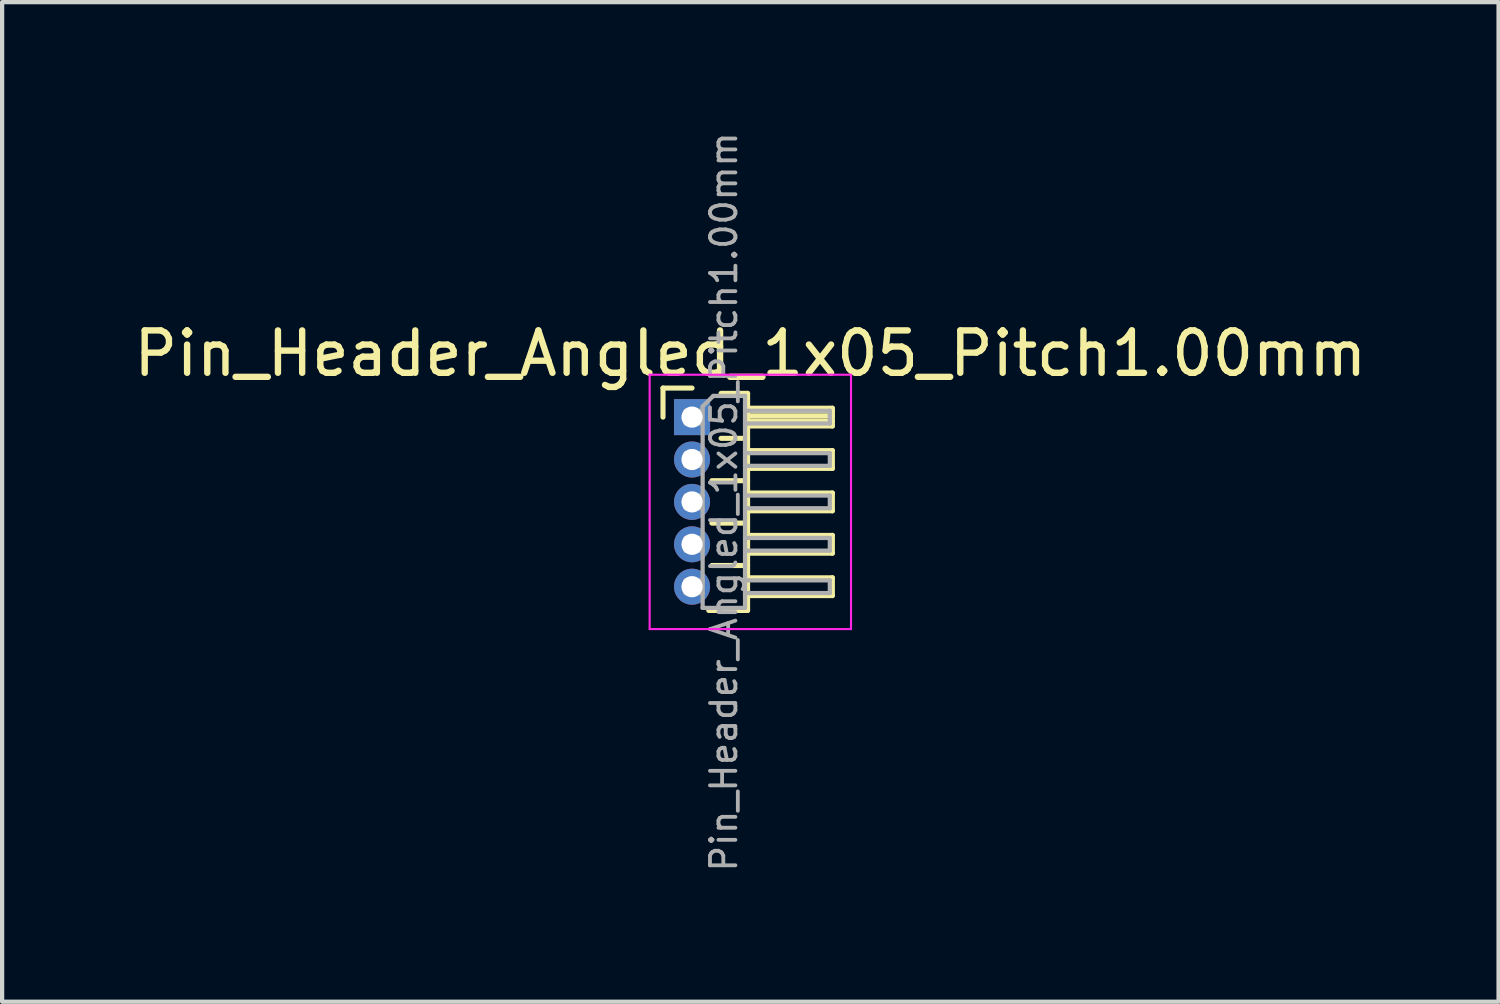
<source format=kicad_pcb>
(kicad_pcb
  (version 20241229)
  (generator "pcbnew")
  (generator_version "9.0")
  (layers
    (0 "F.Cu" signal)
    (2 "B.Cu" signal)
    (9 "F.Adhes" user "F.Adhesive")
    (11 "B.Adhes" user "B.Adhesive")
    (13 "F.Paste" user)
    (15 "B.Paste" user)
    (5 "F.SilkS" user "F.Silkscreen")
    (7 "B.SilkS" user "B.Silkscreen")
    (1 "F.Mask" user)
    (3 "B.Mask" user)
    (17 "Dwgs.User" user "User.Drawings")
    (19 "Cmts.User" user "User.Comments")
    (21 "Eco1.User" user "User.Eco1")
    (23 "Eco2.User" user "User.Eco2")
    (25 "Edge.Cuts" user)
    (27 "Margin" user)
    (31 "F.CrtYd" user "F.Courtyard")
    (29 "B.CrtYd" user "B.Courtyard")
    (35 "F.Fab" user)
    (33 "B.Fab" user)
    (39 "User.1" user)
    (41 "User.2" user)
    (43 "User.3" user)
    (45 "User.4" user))
  (footprint "Pin_Header_Angled_1x05_Pitch1.00mm"
    (layer "F.Cu")
    (at 13.274 6.789)
    (property "Reference" "Pin_Header_Angled_1x05_Pitch1.00mm" (at 1.375 -1.5 0) (layer "F.SilkS") (effects (font (size 1 1) (thickness 0.15))))
    (attr through_hole)
    (fp_line (start -0.685 -0.685) (end 0 -0.685) (stroke (width 0.12) (type solid)) (layer "F.SilkS"))
    (fp_line (start -0.685 0) (end -0.685 -0.685) (stroke (width 0.12) (type solid)) (layer "F.SilkS"))
    (fp_line (start 0.468 1.5) (end 1.31 1.5) (stroke (width 0.12) (type solid)) (layer "F.SilkS"))
    (fp_line (start 0.468 2.5) (end 1.31 2.5) (stroke (width 0.12) (type solid)) (layer "F.SilkS"))
    (fp_line (start 0.468 3.5) (end 1.31 3.5) (stroke (width 0.12) (type solid)) (layer "F.SilkS"))
    (fp_line (start 0.685 -0.56) (end 1.31 -0.56) (stroke (width 0.12) (type solid)) (layer "F.SilkS"))
    (fp_line (start 0.685 0.5) (end 1.31 0.5) (stroke (width 0.12) (type solid)) (layer "F.SilkS"))
    (fp_line (start 1.31 -0.56) (end 1.31 4.56) (stroke (width 0.12) (type solid)) (layer "F.SilkS"))
    (fp_line (start 1.31 -0.21) (end 3.31 -0.21) (stroke (width 0.12) (type solid)) (layer "F.SilkS"))
    (fp_line (start 1.31 -0.15) (end 3.31 -0.15) (stroke (width 0.12) (type solid)) (layer "F.SilkS"))
    (fp_line (start 1.31 -0.03) (end 3.31 -0.03) (stroke (width 0.12) (type solid)) (layer "F.SilkS"))
    (fp_line (start 1.31 0.09) (end 3.31 0.09) (stroke (width 0.12) (type solid)) (layer "F.SilkS"))
    (fp_line (start 1.31 0.79) (end 3.31 0.79) (stroke (width 0.12) (type solid)) (layer "F.SilkS"))
    (fp_line (start 1.31 1.79) (end 3.31 1.79) (stroke (width 0.12) (type solid)) (layer "F.SilkS"))
    (fp_line (start 1.31 2.79) (end 3.31 2.79) (stroke (width 0.12) (type solid)) (layer "F.SilkS"))
    (fp_line (start 1.31 3.79) (end 3.31 3.79) (stroke (width 0.12) (type solid)) (layer "F.SilkS"))
    (fp_line (start 1.31 4.56) (end 0.394 4.56) (stroke (width 0.12) (type solid)) (layer "F.SilkS"))
    (fp_line (start 3.31 -0.21) (end 3.31 0.21) (stroke (width 0.12) (type solid)) (layer "F.SilkS"))
    (fp_line (start 3.31 0.21) (end 1.31 0.21) (stroke (width 0.12) (type solid)) (layer "F.SilkS"))
    (fp_line (start 3.31 0.79) (end 3.31 1.21) (stroke (width 0.12) (type solid)) (layer "F.SilkS"))
    (fp_line (start 3.31 1.21) (end 1.31 1.21) (stroke (width 0.12) (type solid)) (layer "F.SilkS"))
    (fp_line (start 3.31 1.79) (end 3.31 2.21) (stroke (width 0.12) (type solid)) (layer "F.SilkS"))
    (fp_line (start 3.31 2.21) (end 1.31 2.21) (stroke (width 0.12) (type solid)) (layer "F.SilkS"))
    (fp_line (start 3.31 2.79) (end 3.31 3.21) (stroke (width 0.12) (type solid)) (layer "F.SilkS"))
    (fp_line (start 3.31 3.21) (end 1.31 3.21) (stroke (width 0.12) (type solid)) (layer "F.SilkS"))
    (fp_line (start 3.31 3.79) (end 3.31 4.21) (stroke (width 0.12) (type solid)) (layer "F.SilkS"))
    (fp_line (start 3.31 4.21) (end 1.31 4.21) (stroke (width 0.12) (type solid)) (layer "F.SilkS"))
    (fp_line (start -1 -1) (end -1 5) (stroke (width 0.05) (type solid)) (layer "F.CrtYd"))
    (fp_line (start -1 5) (end 3.75 5) (stroke (width 0.05) (type solid)) (layer "F.CrtYd"))
    (fp_line (start 3.75 -1) (end -1 -1) (stroke (width 0.05) (type solid)) (layer "F.CrtYd"))
    (fp_line (start 3.75 5) (end 3.75 -1) (stroke (width 0.05) (type solid)) (layer "F.CrtYd"))
    (fp_line (start -0.15 -0.15) (end -0.15 0.15) (stroke (width 0.1) (type solid)) (layer "F.Fab"))
    (fp_line (start -0.15 -0.15) (end 0.25 -0.15) (stroke (width 0.1) (type solid)) (layer "F.Fab"))
    (fp_line (start -0.15 0.15) (end 0.25 0.15) (stroke (width 0.1) (type solid)) (layer "F.Fab"))
    (fp_line (start -0.15 0.85) (end -0.15 1.15) (stroke (width 0.1) (type solid)) (layer "F.Fab"))
    (fp_line (start -0.15 0.85) (end 0.25 0.85) (stroke (width 0.1) (type solid)) (layer "F.Fab"))
    (fp_line (start -0.15 1.15) (end 0.25 1.15) (stroke (width 0.1) (type solid)) (layer "F.Fab"))
    (fp_line (start -0.15 1.85) (end -0.15 2.15) (stroke (width 0.1) (type solid)) (layer "F.Fab"))
    (fp_line (start -0.15 1.85) (end 0.25 1.85) (stroke (width 0.1) (type solid)) (layer "F.Fab"))
    (fp_line (start -0.15 2.15) (end 0.25 2.15) (stroke (width 0.1) (type solid)) (layer "F.Fab"))
    (fp_line (start -0.15 2.85) (end -0.15 3.15) (stroke (width 0.1) (type solid)) (layer "F.Fab"))
    (fp_line (start -0.15 2.85) (end 0.25 2.85) (stroke (width 0.1) (type solid)) (layer "F.Fab"))
    (fp_line (start -0.15 3.15) (end 0.25 3.15) (stroke (width 0.1) (type solid)) (layer "F.Fab"))
    (fp_line (start -0.15 3.85) (end -0.15 4.15) (stroke (width 0.1) (type solid)) (layer "F.Fab"))
    (fp_line (start -0.15 3.85) (end 0.25 3.85) (stroke (width 0.1) (type solid)) (layer "F.Fab"))
    (fp_line (start -0.15 4.15) (end 0.25 4.15) (stroke (width 0.1) (type solid)) (layer "F.Fab"))
    (fp_line (start 0.25 -0.25) (end 0.5 -0.5) (stroke (width 0.1) (type solid)) (layer "F.Fab"))
    (fp_line (start 0.25 4.5) (end 0.25 -0.25) (stroke (width 0.1) (type solid)) (layer "F.Fab"))
    (fp_line (start 0.5 -0.5) (end 1.25 -0.5) (stroke (width 0.1) (type solid)) (layer "F.Fab"))
    (fp_line (start 1.25 -0.5) (end 1.25 4.5) (stroke (width 0.1) (type solid)) (layer "F.Fab"))
    (fp_line (start 1.25 -0.15) (end 3.25 -0.15) (stroke (width 0.1) (type solid)) (layer "F.Fab"))
    (fp_line (start 1.25 0.15) (end 3.25 0.15) (stroke (width 0.1) (type solid)) (layer "F.Fab"))
    (fp_line (start 1.25 0.85) (end 3.25 0.85) (stroke (width 0.1) (type solid)) (layer "F.Fab"))
    (fp_line (start 1.25 1.15) (end 3.25 1.15) (stroke (width 0.1) (type solid)) (layer "F.Fab"))
    (fp_line (start 1.25 1.85) (end 3.25 1.85) (stroke (width 0.1) (type solid)) (layer "F.Fab"))
    (fp_line (start 1.25 2.15) (end 3.25 2.15) (stroke (width 0.1) (type solid)) (layer "F.Fab"))
    (fp_line (start 1.25 2.85) (end 3.25 2.85) (stroke (width 0.1) (type solid)) (layer "F.Fab"))
    (fp_line (start 1.25 3.15) (end 3.25 3.15) (stroke (width 0.1) (type solid)) (layer "F.Fab"))
    (fp_line (start 1.25 3.85) (end 3.25 3.85) (stroke (width 0.1) (type solid)) (layer "F.Fab"))
    (fp_line (start 1.25 4.15) (end 3.25 4.15) (stroke (width 0.1) (type solid)) (layer "F.Fab"))
    (fp_line (start 1.25 4.5) (end 0.25 4.5) (stroke (width 0.1) (type solid)) (layer "F.Fab"))
    (fp_line (start 3.25 -0.15) (end 3.25 0.15) (stroke (width 0.1) (type solid)) (layer "F.Fab"))
    (fp_line (start 3.25 0.85) (end 3.25 1.15) (stroke (width 0.1) (type solid)) (layer "F.Fab"))
    (fp_line (start 3.25 1.85) (end 3.25 2.15) (stroke (width 0.1) (type solid)) (layer "F.Fab"))
    (fp_line (start 3.25 2.85) (end 3.25 3.15) (stroke (width 0.1) (type solid)) (layer "F.Fab"))
    (fp_line (start 3.25 3.85) (end 3.25 4.15) (stroke (width 0.1) (type solid)) (layer "F.Fab"))
    (fp_text user "${REFERENCE}" (at 0.75 2 90) (layer "F.Fab") (effects (font (size 0.6 0.6) (thickness 0.09))))
    (pad "1" thru_hole rect (at 0 0) (size 0.85 0.85) (drill 0.5) (layers "*.Cu" "*.Mask"))
    (pad "2" thru_hole oval (at 0 1) (size 0.85 0.85) (drill 0.5) (layers "*.Cu" "*.Mask"))
    (pad "3" thru_hole oval (at 0 2) (size 0.85 0.85) (drill 0.5) (layers "*.Cu" "*.Mask"))
    (pad "4" thru_hole oval (at 0 3) (size 0.85 0.85) (drill 0.5) (layers "*.Cu" "*.Mask"))
    (pad "5" thru_hole oval (at 0 4) (size 0.85 0.85) (drill 0.5) (layers "*.Cu" "*.Mask")))
  (gr_rect
    (start -3 -3)
    (end 32.298 20.579)
    (stroke (width 0.1) (type default))
    (fill no)
    (layer "Edge.Cuts")))
</source>
